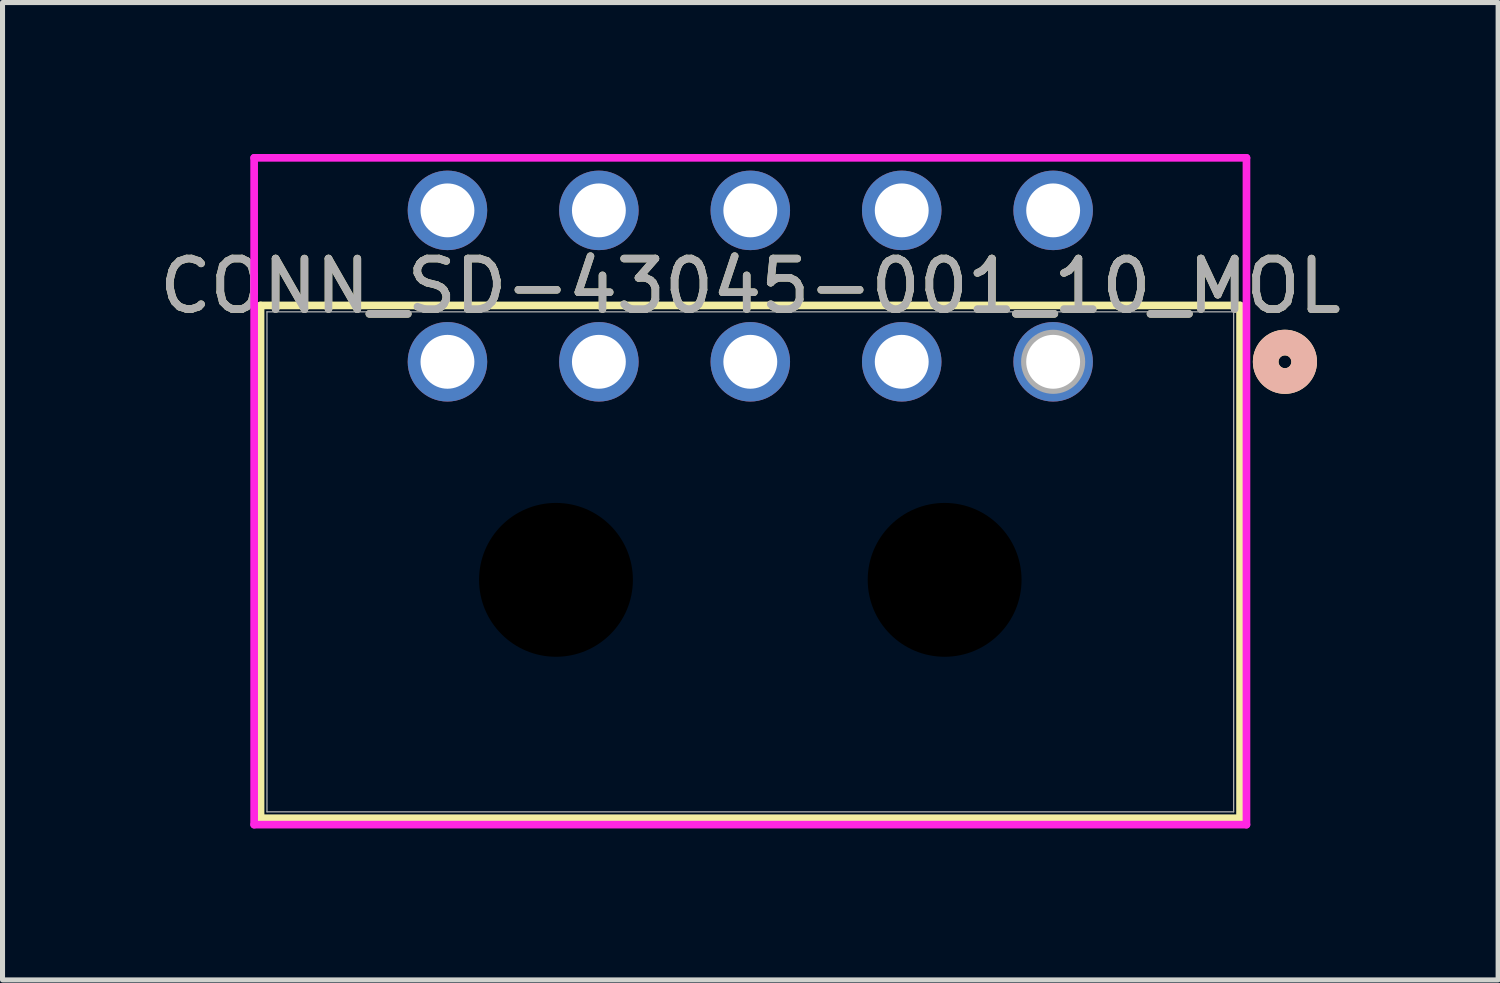
<source format=kicad_pcb>
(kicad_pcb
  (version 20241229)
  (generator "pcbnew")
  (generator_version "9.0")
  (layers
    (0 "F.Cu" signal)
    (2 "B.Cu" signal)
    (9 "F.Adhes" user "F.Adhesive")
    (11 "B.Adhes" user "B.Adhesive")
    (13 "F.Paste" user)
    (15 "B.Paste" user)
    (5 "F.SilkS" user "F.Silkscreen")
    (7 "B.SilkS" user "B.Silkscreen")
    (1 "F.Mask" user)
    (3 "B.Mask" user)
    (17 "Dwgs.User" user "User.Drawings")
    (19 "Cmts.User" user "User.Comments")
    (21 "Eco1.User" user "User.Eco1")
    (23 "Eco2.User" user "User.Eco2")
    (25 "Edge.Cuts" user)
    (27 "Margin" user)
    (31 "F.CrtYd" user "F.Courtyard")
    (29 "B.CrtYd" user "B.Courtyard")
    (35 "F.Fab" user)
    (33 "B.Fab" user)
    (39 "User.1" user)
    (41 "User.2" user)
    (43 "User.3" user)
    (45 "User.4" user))
  (footprint "CONN_SD-43045-001_10_MOL"
    (layer "F.Cu")
    (at 17.815 4.118)
    (property "Reference" "CONN_SD-43045-001_10_MOL" (at -6 -1.5 0) (unlocked yes) (layer "F.SilkS") (effects (font (size 1 1) (thickness 0.15))))
    (attr through_hole)
    (fp_line (start -15.703 -1.117) (end -15.703 9.043) (stroke (width 0.152) (type solid)) (layer "F.SilkS"))
    (fp_line (start -15.703 9.043) (end 3.703 9.043) (stroke (width 0.152) (type solid)) (layer "F.SilkS"))
    (fp_line (start 3.703 -1.117) (end -15.703 -1.117) (stroke (width 0.152) (type solid)) (layer "F.SilkS"))
    (fp_line (start 3.703 9.043) (end 3.703 -1.117) (stroke (width 0.152) (type solid)) (layer "F.SilkS"))
    (fp_circle (center 4.592 0) (end 4.973 0) (stroke (width 0.508) (type solid)) (fill no) (layer "F.SilkS"))
    (fp_circle (center 4.592 0) (end 4.973 0) (stroke (width 0.508) (type solid)) (fill no) (layer "B.SilkS"))
    (fp_line (start -15.83 -4.041) (end -15.83 9.17) (stroke (width 0.152) (type solid)) (layer "F.CrtYd"))
    (fp_line (start -15.83 9.17) (end 3.83 9.17) (stroke (width 0.152) (type solid)) (layer "F.CrtYd"))
    (fp_line (start 3.83 -4.041) (end -15.83 -4.041) (stroke (width 0.152) (type solid)) (layer "F.CrtYd"))
    (fp_line (start 3.83 9.17) (end 3.83 -4.041) (stroke (width 0.152) (type solid)) (layer "F.CrtYd"))
    (fp_line (start -15.576 -0.99) (end -15.576 8.916) (stroke (width 0.025) (type solid)) (layer "F.Fab"))
    (fp_line (start -15.576 8.916) (end 3.576 8.916) (stroke (width 0.025) (type solid)) (layer "F.Fab"))
    (fp_line (start 3.576 -0.99) (end -15.576 -0.99) (stroke (width 0.025) (type solid)) (layer "F.Fab"))
    (fp_line (start 3.576 8.916) (end 3.576 -0.99) (stroke (width 0.025) (type solid)) (layer "F.Fab"))
    (fp_circle (center 0 0) (end 0.381 0) (stroke (width 0.508) (type solid)) (fill no) (layer "F.Fab"))
    (fp_text user "${REFERENCE}" (at -6 -1.5 0) (unlocked yes) (layer "F.Fab") (effects (font (size 1 1) (thickness 0.15))))
    (pad "" np_thru_hole circle (at -9.85 4.32) (size 3.048 3.048) (drill 3.048) (layers))
    (pad "" np_thru_hole circle (at -2.15 4.32) (size 3.048 3.048) (drill 3.048) (layers))
    (pad "1" thru_hole circle (at 0 0) (size 1.575 1.575) (drill 1.067) (layers "*.Cu" "*.Mask"))
    (pad "2" thru_hole circle (at -3 0) (size 1.575 1.575) (drill 1.067) (layers "*.Cu" "*.Mask"))
    (pad "3" thru_hole circle (at -6 0) (size 1.575 1.575) (drill 1.067) (layers "*.Cu" "*.Mask"))
    (pad "4" thru_hole circle (at -9 0) (size 1.575 1.575) (drill 1.067) (layers "*.Cu" "*.Mask"))
    (pad "5" thru_hole circle (at -12 0) (size 1.575 1.575) (drill 1.067) (layers "*.Cu" "*.Mask"))
    (pad "6" thru_hole circle (at 0 -3) (size 1.575 1.575) (drill 1.067) (layers "*.Cu" "*.Mask"))
    (pad "7" thru_hole circle (at -3 -3) (size 1.575 1.575) (drill 1.067) (layers "*.Cu" "*.Mask"))
    (pad "8" thru_hole circle (at -6 -3) (size 1.575 1.575) (drill 1.067) (layers "*.Cu" "*.Mask"))
    (pad "9" thru_hole circle (at -9 -3) (size 1.575 1.575) (drill 1.067) (layers "*.Cu" "*.Mask"))
    (pad "10" thru_hole circle (at -12 -3) (size 1.575 1.575) (drill 1.067) (layers "*.Cu" "*.Mask")))
  (gr_rect
    (start -3 -3)
    (end 26.631 16.364)
    (stroke (width 0.1) (type default))
    (fill no)
    (layer "Edge.Cuts")))
</source>
